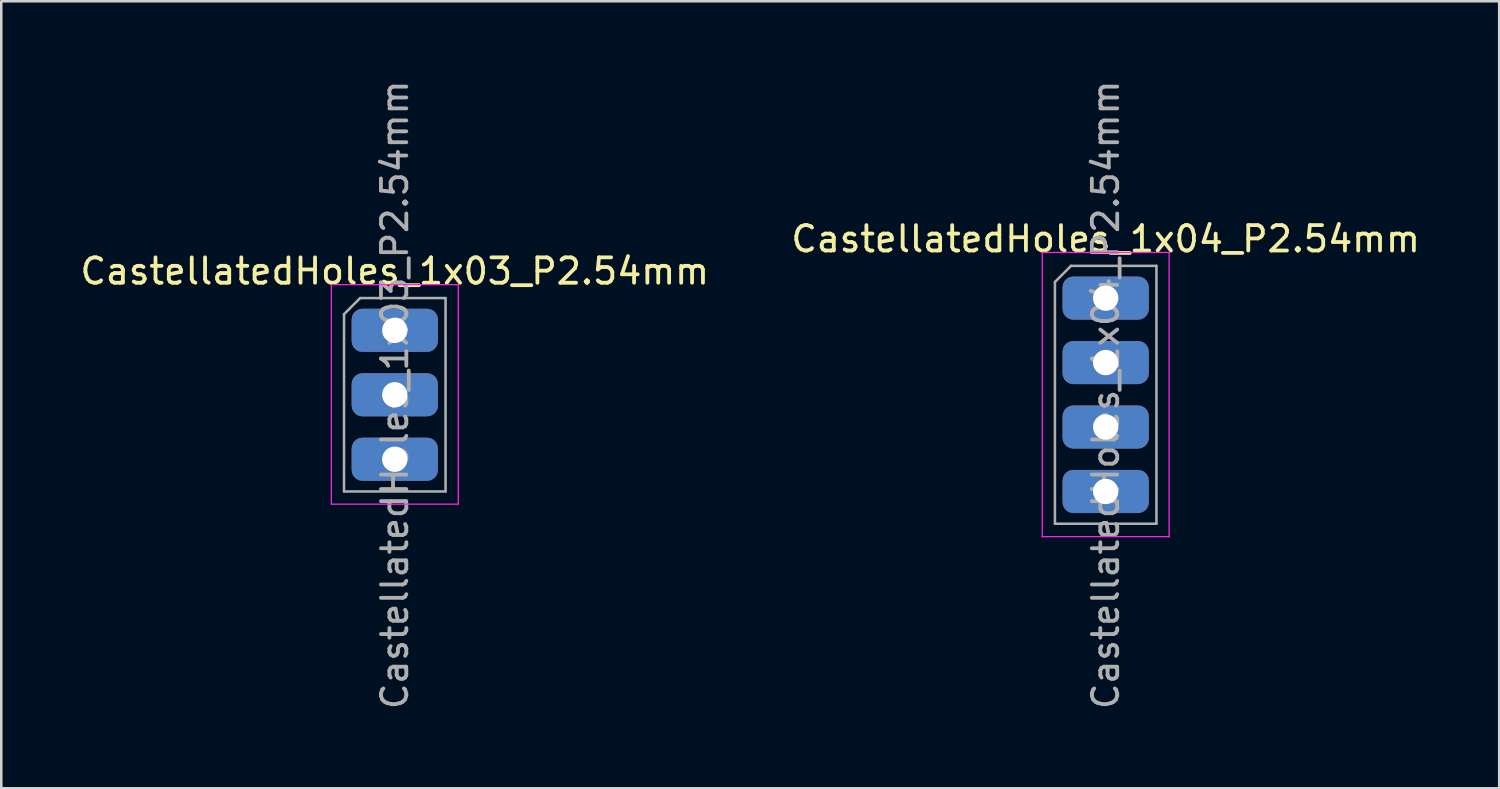
<source format=kicad_pcb>
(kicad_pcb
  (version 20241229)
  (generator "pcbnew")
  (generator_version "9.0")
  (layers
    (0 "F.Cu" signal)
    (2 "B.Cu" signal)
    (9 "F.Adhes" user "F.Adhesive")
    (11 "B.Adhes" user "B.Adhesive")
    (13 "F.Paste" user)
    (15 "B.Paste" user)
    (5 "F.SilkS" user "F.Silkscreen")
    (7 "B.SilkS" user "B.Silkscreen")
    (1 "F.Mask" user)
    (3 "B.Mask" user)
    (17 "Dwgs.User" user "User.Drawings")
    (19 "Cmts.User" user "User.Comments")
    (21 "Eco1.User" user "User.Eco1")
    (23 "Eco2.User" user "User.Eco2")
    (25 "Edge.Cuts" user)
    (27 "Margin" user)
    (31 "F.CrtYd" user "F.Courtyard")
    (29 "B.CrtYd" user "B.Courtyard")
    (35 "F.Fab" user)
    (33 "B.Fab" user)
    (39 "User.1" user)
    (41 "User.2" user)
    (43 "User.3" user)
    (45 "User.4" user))
  (footprint "CastellatedHoles_1x03_P2.54mm"
    (layer "F.Cu")
    (at 12.506 9.966)
    (property "Reference" "CastellatedHoles_1x03_P2.54mm" (at 0 -2.33 0) (layer "F.SilkS") (effects (font (size 1 1) (thickness 0.15))))
    (attr through_hole)
    (fp_line (start -2.5 -1.8) (end -2.5 6.85) (stroke (width 0.05) (type solid)) (layer "F.CrtYd"))
    (fp_line (start -2.5 6.85) (end 2.5 6.85) (stroke (width 0.05) (type solid)) (layer "F.CrtYd"))
    (fp_line (start 2.5 -1.8) (end -2.5 -1.8) (stroke (width 0.05) (type solid)) (layer "F.CrtYd"))
    (fp_line (start 2.5 6.85) (end 2.5 -1.8) (stroke (width 0.05) (type solid)) (layer "F.CrtYd"))
    (fp_line (start -2 -0.635) (end -1.365 -1.27) (stroke (width 0.1) (type solid)) (layer "F.Fab"))
    (fp_line (start -2 6.35) (end -2 -0.635) (stroke (width 0.1) (type solid)) (layer "F.Fab"))
    (fp_line (start -1.365 -1.27) (end 2 -1.27) (stroke (width 0.1) (type solid)) (layer "F.Fab"))
    (fp_line (start 2 -1.27) (end 2 6.35) (stroke (width 0.1) (type solid)) (layer "F.Fab"))
    (fp_line (start 2 6.35) (end -2 6.35) (stroke (width 0.1) (type solid)) (layer "F.Fab"))
    (fp_text user "${REFERENCE}" (at 0 2.54 90) (layer "F.Fab") (effects (font (size 1 1) (thickness 0.15))))
    (pad "1" thru_hole roundrect (at 0 0) (size 3.4 1.7) (drill 1) (property pad_prop_castellated) (layers "*.Cu" "*.Mask") (roundrect_rratio 0.25))
    (pad "2" thru_hole roundrect (at 0 2.54) (size 3.4 1.7) (drill 1) (property pad_prop_castellated) (layers "*.Cu" "*.Mask") (roundrect_rratio 0.25))
    (pad "3" thru_hole roundrect (at 0 5.08) (size 3.4 1.7) (drill 1) (property pad_prop_castellated) (layers "*.Cu" "*.Mask") (roundrect_rratio 0.25)))
  (footprint "CastellatedHoles_1x04_P2.54mm"
    (layer "F.Cu")
    (at 40.518 8.696)
    (property "Reference" "CastellatedHoles_1x04_P2.54mm" (at 0 -2.33 0) (layer "F.SilkS") (effects (font (size 1 1) (thickness 0.15))))
    (attr through_hole)
    (fp_line (start -2.5 -1.8) (end -2.5 9.4) (stroke (width 0.05) (type solid)) (layer "F.CrtYd"))
    (fp_line (start -2.5 9.4) (end 2.5 9.4) (stroke (width 0.05) (type solid)) (layer "F.CrtYd"))
    (fp_line (start 2.5 -1.8) (end -2.5 -1.8) (stroke (width 0.05) (type solid)) (layer "F.CrtYd"))
    (fp_line (start 2.5 9.4) (end 2.5 -1.8) (stroke (width 0.05) (type solid)) (layer "F.CrtYd"))
    (fp_line (start -2 -0.635) (end -1.365 -1.27) (stroke (width 0.1) (type solid)) (layer "F.Fab"))
    (fp_line (start -2 8.89) (end -2 -0.635) (stroke (width 0.1) (type solid)) (layer "F.Fab"))
    (fp_line (start -1.365 -1.27) (end 2 -1.27) (stroke (width 0.1) (type solid)) (layer "F.Fab"))
    (fp_line (start 2 -1.27) (end 2 8.89) (stroke (width 0.1) (type solid)) (layer "F.Fab"))
    (fp_line (start 2 8.89) (end -2 8.89) (stroke (width 0.1) (type solid)) (layer "F.Fab"))
    (fp_text user "${REFERENCE}" (at 0 3.81 90) (layer "F.Fab") (effects (font (size 1 1) (thickness 0.15))))
    (pad "1" thru_hole roundrect (at 0 0) (size 3.4 1.7) (drill 1) (property pad_prop_castellated) (layers "*.Cu" "*.Mask") (roundrect_rratio 0.25))
    (pad "2" thru_hole roundrect (at 0 2.54) (size 3.4 1.7) (drill 1) (property pad_prop_castellated) (layers "*.Cu" "*.Mask") (roundrect_rratio 0.25))
    (pad "3" thru_hole roundrect (at 0 5.08) (size 3.4 1.7) (drill 1) (property pad_prop_castellated) (layers "*.Cu" "*.Mask") (roundrect_rratio 0.25))
    (pad "4" thru_hole roundrect (at 0 7.62) (size 3.4 1.7) (drill 1) (property pad_prop_castellated) (layers "*.Cu" "*.Mask") (roundrect_rratio 0.25)))
  (gr_rect
    (start -3 -3)
    (end 56.024 28.012)
    (stroke (width 0.1) (type default))
    (fill no)
    (layer "Edge.Cuts")))
</source>
